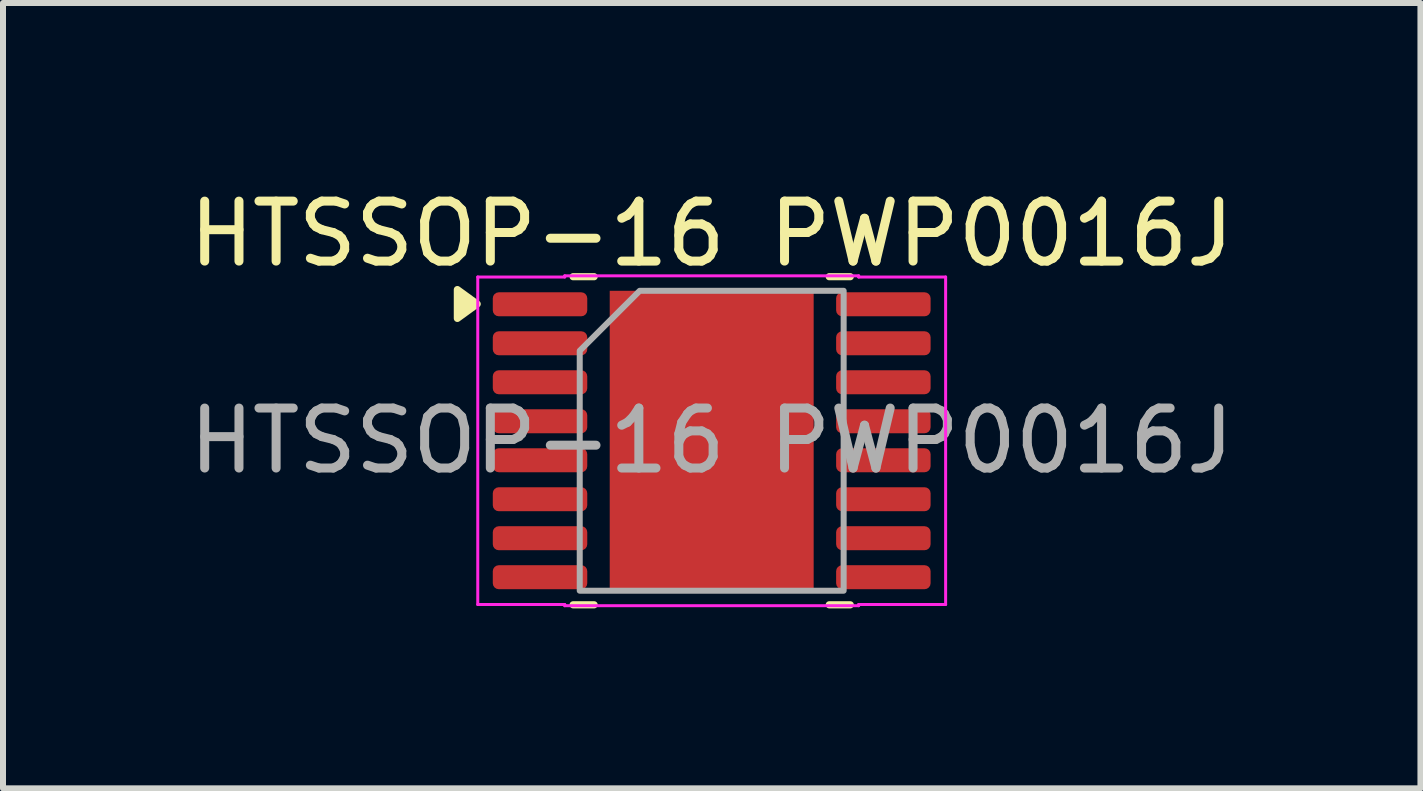
<source format=kicad_pcb>
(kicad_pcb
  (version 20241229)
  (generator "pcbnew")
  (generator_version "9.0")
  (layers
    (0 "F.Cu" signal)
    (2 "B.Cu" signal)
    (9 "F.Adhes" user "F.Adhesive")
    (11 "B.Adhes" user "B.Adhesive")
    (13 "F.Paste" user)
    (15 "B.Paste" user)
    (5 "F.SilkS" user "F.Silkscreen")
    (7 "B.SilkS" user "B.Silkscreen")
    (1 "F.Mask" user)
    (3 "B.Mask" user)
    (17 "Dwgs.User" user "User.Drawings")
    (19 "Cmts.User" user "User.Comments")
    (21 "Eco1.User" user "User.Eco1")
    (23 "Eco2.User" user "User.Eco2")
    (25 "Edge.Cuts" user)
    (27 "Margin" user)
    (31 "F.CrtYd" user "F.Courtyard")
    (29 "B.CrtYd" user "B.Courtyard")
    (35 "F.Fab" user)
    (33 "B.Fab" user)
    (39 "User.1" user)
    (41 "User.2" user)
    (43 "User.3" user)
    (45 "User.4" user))
  (footprint "HTSSOP-16 PWP0016J"
    (layer "F.Cu")
    (at 8.815 4.298)
    (property "Reference" "HTSSOP-16 PWP0016J" (at 0 -3.45 0) (layer "F.SilkS") (effects (font (size 1 1) (thickness 0.15))))
    (attr smd)
    (fp_line (start -2.31 -2.735) (end -1.96 -2.735) (stroke (width 0.12) (type solid)) (layer "F.SilkS"))
    (fp_line (start -1.96 2.735) (end -2.31 2.735) (stroke (width 0.12) (type solid)) (layer "F.SilkS"))
    (fp_line (start 1.96 -2.735) (end 2.31 -2.735) (stroke (width 0.12) (type solid)) (layer "F.SilkS"))
    (fp_line (start 2.31 2.735) (end 1.96 2.735) (stroke (width 0.12) (type solid)) (layer "F.SilkS"))
    (fp_poly (pts (xy -3.91 -2.28) (xy -4.24 -2.04) (xy -4.24 -2.52)) (stroke (width 0.12) (type solid)) (fill yes) (layer "F.SilkS"))
    (fp_line (start -3.9 -2.73) (end -2.45 -2.73) (stroke (width 0.05) (type solid)) (layer "F.CrtYd"))
    (fp_line (start -3.9 2.73) (end -3.9 -2.73) (stroke (width 0.05) (type solid)) (layer "F.CrtYd"))
    (fp_line (start -2.45 -2.75) (end 2.45 -2.75) (stroke (width 0.05) (type solid)) (layer "F.CrtYd"))
    (fp_line (start -2.45 -2.73) (end -2.45 -2.75) (stroke (width 0.05) (type solid)) (layer "F.CrtYd"))
    (fp_line (start -2.45 2.73) (end -3.9 2.73) (stroke (width 0.05) (type solid)) (layer "F.CrtYd"))
    (fp_line (start -2.45 2.75) (end -2.45 2.73) (stroke (width 0.05) (type solid)) (layer "F.CrtYd"))
    (fp_line (start 2.45 -2.75) (end 2.45 -2.73) (stroke (width 0.05) (type solid)) (layer "F.CrtYd"))
    (fp_line (start 2.45 -2.73) (end 3.9 -2.73) (stroke (width 0.05) (type solid)) (layer "F.CrtYd"))
    (fp_line (start 2.45 2.73) (end 2.45 2.75) (stroke (width 0.05) (type solid)) (layer "F.CrtYd"))
    (fp_line (start 2.45 2.75) (end -2.45 2.75) (stroke (width 0.05) (type solid)) (layer "F.CrtYd"))
    (fp_line (start 3.9 -2.73) (end 3.9 2.73) (stroke (width 0.05) (type solid)) (layer "F.CrtYd"))
    (fp_line (start 3.9 2.73) (end 2.45 2.73) (stroke (width 0.05) (type solid)) (layer "F.CrtYd"))
    (fp_poly (pts (xy -2.2 -1.5) (xy -2.2 2.5) (xy 2.2 2.5) (xy 2.2 -2.5) (xy -1.2 -2.5)) (stroke (width 0.1) (type solid)) (fill no) (layer "F.Fab"))
    (fp_text user "${REFERENCE}" (at 0 0 0) (layer "F.Fab") (effects (font (size 1 1) (thickness 0.15))))
    (pad "" smd roundrect (at -0.6 -0.9) (size 0.9 1.5) (layers "F.Paste") (roundrect_rratio 0.25))
    (pad "" smd roundrect (at -0.6 0.9) (size 0.9 1.5) (layers "F.Paste") (roundrect_rratio 0.25))
    (pad "" smd rect (at 0 0) (size 2.46 3.55) (layers "F.Mask"))
    (pad "" smd roundrect (at 0.6 -0.9) (size 0.9 1.5) (layers "F.Paste") (roundrect_rratio 0.25))
    (pad "" smd roundrect (at 0.6 0.9) (size 0.9 1.5) (layers "F.Paste") (roundrect_rratio 0.25))
    (pad "1" smd roundrect (at -2.862 -2.275) (size 1.575 0.4) (layers "F.Cu" "F.Mask" "F.Paste") (roundrect_rratio 0.25))
    (pad "2" smd roundrect (at -2.862 -1.625) (size 1.575 0.4) (layers "F.Cu" "F.Mask" "F.Paste") (roundrect_rratio 0.25))
    (pad "3" smd roundrect (at -2.862 -0.975) (size 1.575 0.4) (layers "F.Cu" "F.Mask" "F.Paste") (roundrect_rratio 0.25))
    (pad "4" smd roundrect (at -2.862 -0.325) (size 1.575 0.4) (layers "F.Cu" "F.Mask" "F.Paste") (roundrect_rratio 0.25))
    (pad "5" smd roundrect (at -2.862 0.325) (size 1.575 0.4) (layers "F.Cu" "F.Mask" "F.Paste") (roundrect_rratio 0.25))
    (pad "6" smd roundrect (at -2.862 0.975) (size 1.575 0.4) (layers "F.Cu" "F.Mask" "F.Paste") (roundrect_rratio 0.25))
    (pad "7" smd roundrect (at -2.862 1.625) (size 1.575 0.4) (layers "F.Cu" "F.Mask" "F.Paste") (roundrect_rratio 0.25))
    (pad "8" smd roundrect (at -2.862 2.275) (size 1.575 0.4) (layers "F.Cu" "F.Mask" "F.Paste") (roundrect_rratio 0.25))
    (pad "9" smd roundrect (at 2.862 2.275) (size 1.575 0.4) (layers "F.Cu" "F.Mask" "F.Paste") (roundrect_rratio 0.25))
    (pad "10" smd roundrect (at 2.862 1.625) (size 1.575 0.4) (layers "F.Cu" "F.Mask" "F.Paste") (roundrect_rratio 0.25))
    (pad "11" smd roundrect (at 2.862 0.975) (size 1.575 0.4) (layers "F.Cu" "F.Mask" "F.Paste") (roundrect_rratio 0.25))
    (pad "12" smd roundrect (at 2.862 0.325) (size 1.575 0.4) (layers "F.Cu" "F.Mask" "F.Paste") (roundrect_rratio 0.25))
    (pad "13" smd roundrect (at 2.862 -0.325) (size 1.575 0.4) (layers "F.Cu" "F.Mask" "F.Paste") (roundrect_rratio 0.25))
    (pad "14" smd roundrect (at 2.862 -0.975) (size 1.575 0.4) (layers "F.Cu" "F.Mask" "F.Paste") (roundrect_rratio 0.25))
    (pad "15" smd roundrect (at 2.862 -1.625) (size 1.575 0.4) (layers "F.Cu" "F.Mask" "F.Paste") (roundrect_rratio 0.25))
    (pad "16" smd roundrect (at 2.862 -2.275) (size 1.575 0.4) (layers "F.Cu" "F.Mask" "F.Paste") (roundrect_rratio 0.25))
    (pad "17" smd rect (at 0 0) (size 3.4 5) (property pad_prop_heatsink) (layers "F.Cu")))
  (gr_rect
    (start -3 -3)
    (end 20.631 10.093)
    (stroke (width 0.1) (type default))
    (fill no)
    (layer "Edge.Cuts")))
</source>
